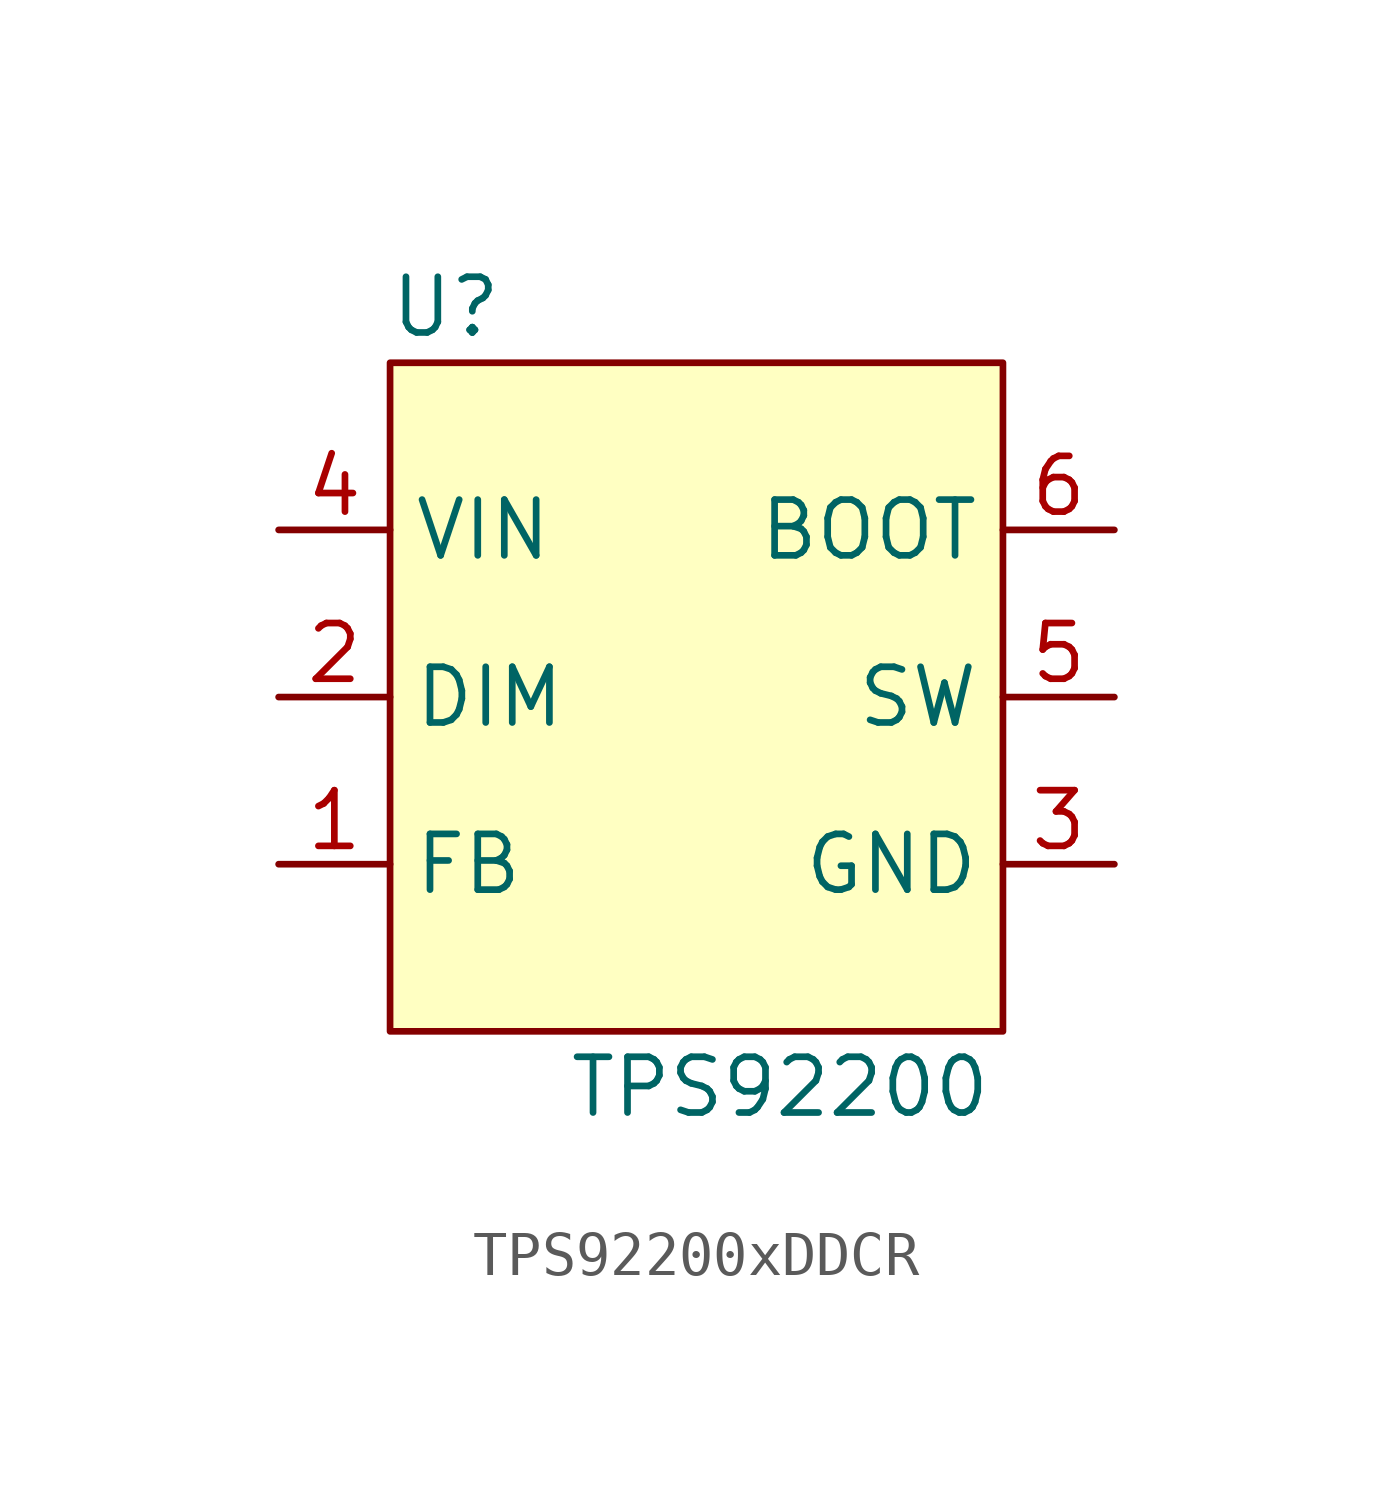
<source format=kicad_sym>
(kicad_symbol_lib
  (version 20220914)
  (generator kicad_symbol_editor)
  (symbol "TPS92200xDDCR"
    (property "Reference" "U"
      (at 1.27 1.27 0)
      (effects (font (size 1.27 1.27))))
    (property "Value" "TPS92200"
      (at 8.89 -16.51 0)
      (effects (font (size 1.27 1.27))))
    (symbol "TPS92200xDDCR_1_1"
      (rectangle (start 0 0) (end 13.97 -15.24) (stroke (width 0) (type default)) (fill (type background)))
      (pin input line (at -2.54 -11.43 0) (length 2.54) (name "FB" (effects (font (size 1.27 1.27)))) (number "1" (effects (font (size 1.27 1.27)))))
      (pin input line (at -2.54 -7.62 0) (length 2.54) (name "DIM" (effects (font (size 1.27 1.27)))) (number "2" (effects (font (size 1.27 1.27)))))
      (pin power_in line (at 16.51 -11.43 180) (length 2.54) (name "GND" (effects (font (size 1.27 1.27)))) (number "3" (effects (font (size 1.27 1.27)))))
      (pin power_in line (at -2.54 -3.81 0) (length 2.54) (name "VIN" (effects (font (size 1.27 1.27)))) (number "4" (effects (font (size 1.27 1.27)))))
      (pin output line (at 16.51 -7.62 180) (length 2.54) (name "SW" (effects (font (size 1.27 1.27)))) (number "5" (effects (font (size 1.27 1.27)))))
      (pin output line (at 16.51 -3.81 180) (length 2.54) (name "BOOT" (effects (font (size 1.27 1.27)))) (number "6" (effects (font (size 1.27 1.27))))))))
</source>
